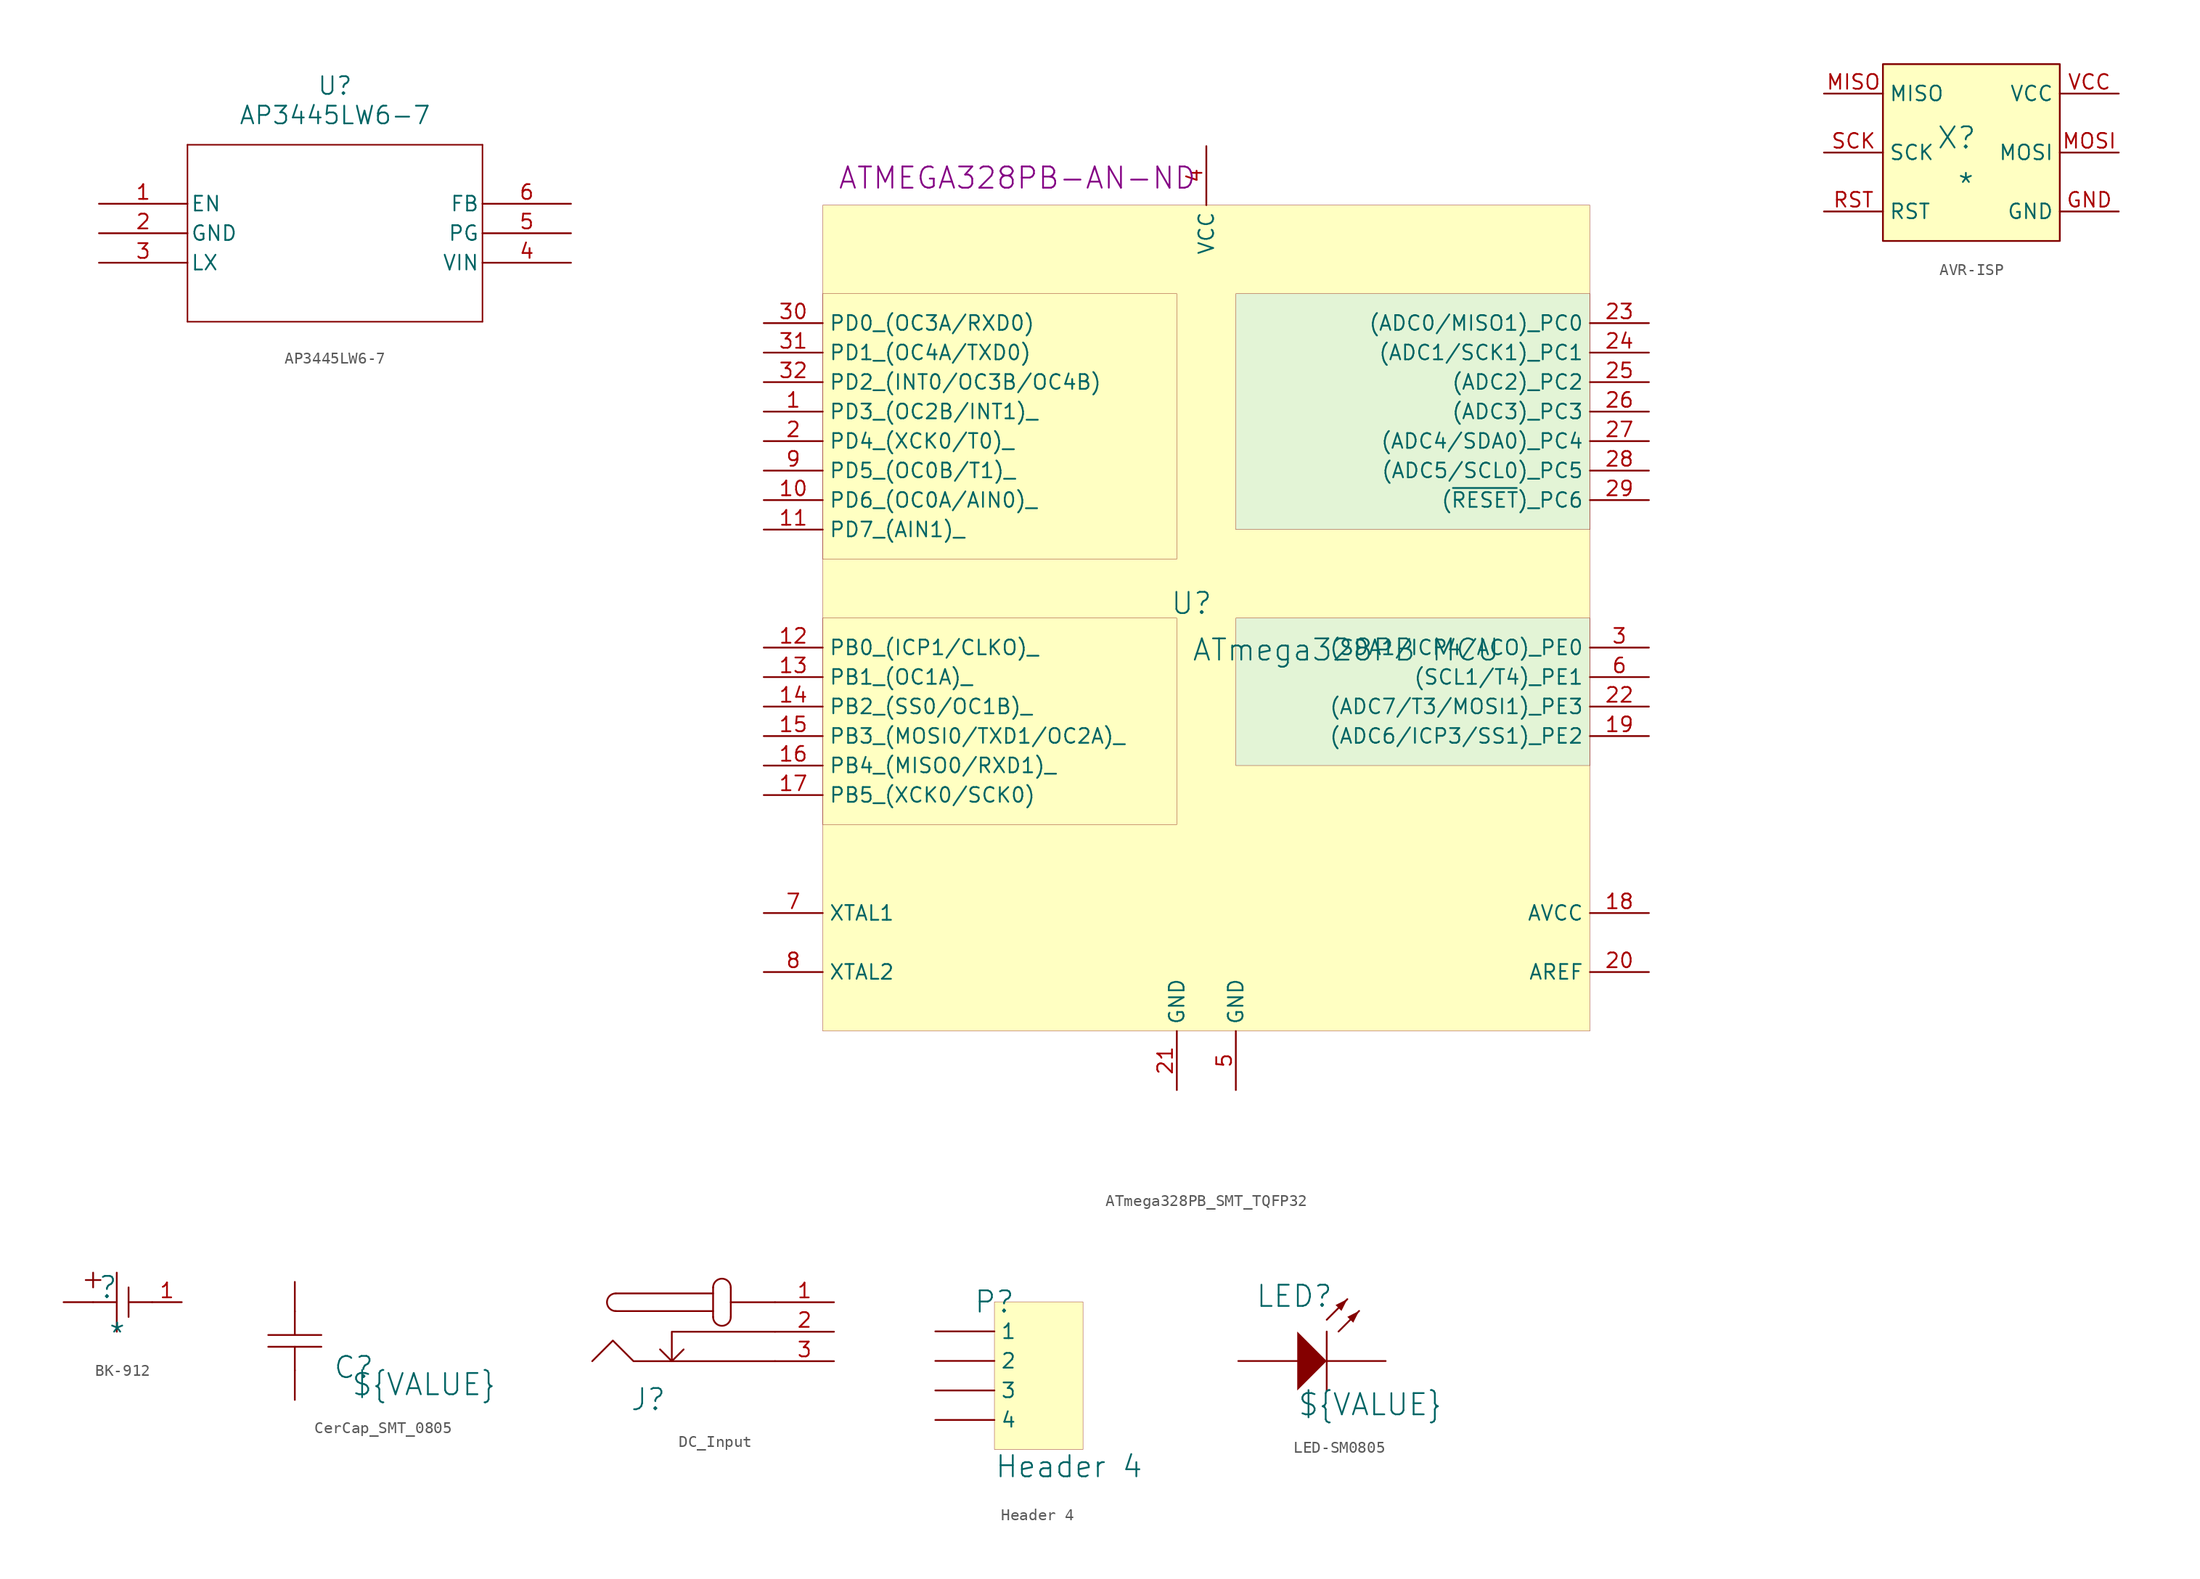
<source format=kicad_sym>
(kicad_symbol_lib
  (version 20241209)
  (generator "kicad_symbol_editor")
  (generator_version "9.0")
  (symbol "AP3445LW6-7"
    (pin_names
      (offset 0.254))
    (property "Reference" "U"
      (at 20.32 10.16 0)
      (effects (font (size 1.524 1.524))))
    (property "Value" "AP3445LW6-7"
      (at 20.32 7.62 0)
      (effects (font (size 1.524 1.524))))
    (property "ki_locked" ""
      (at 0 0 0)
      (effects (font (size 1.27 1.27))))
    (symbol "AP3445LW6-7_0_1"
      (polyline (pts (xy 7.62 5.08) (xy 7.62 -10.16)) (stroke (width 0.127) (type default)) (fill (type none)))
      (polyline (pts (xy 7.62 -10.16) (xy 33.02 -10.16)) (stroke (width 0.127) (type default)) (fill (type none)))
      (polyline (pts (xy 33.02 5.08) (xy 7.62 5.08)) (stroke (width 0.127) (type default)) (fill (type none)))
      (polyline (pts (xy 33.02 -10.16) (xy 33.02 5.08)) (stroke (width 0.127) (type default)) (fill (type none)))
      (pin input line (at 0 0 0) (length 7.62) (name "EN" (effects (font (size 1.27 1.27)))) (number "1" (effects (font (size 1.27 1.27)))))
      (pin power_out line (at 0 -2.54 0) (length 7.62) (name "GND" (effects (font (size 1.27 1.27)))) (number "2" (effects (font (size 1.27 1.27)))))
      (pin unspecified line (at 0 -5.08 0) (length 7.62) (name "LX" (effects (font (size 1.27 1.27)))) (number "3" (effects (font (size 1.27 1.27)))))
      (pin unspecified line (at 40.64 0 180) (length 7.62) (name "FB" (effects (font (size 1.27 1.27)))) (number "6" (effects (font (size 1.27 1.27)))))
      (pin output line (at 40.64 -2.54 180) (length 7.62) (name "PG" (effects (font (size 1.27 1.27)))) (number "5" (effects (font (size 1.27 1.27)))))
      (pin input line (at 40.64 -5.08 180) (length 7.62) (name "VIN" (effects (font (size 1.27 1.27)))) (number "4" (effects (font (size 1.27 1.27)))))))
  (symbol "ATmega328PB_SMT_TQFP32"
    (property "Reference" "U"
      (at -1.27 1.27 0)
      (effects (font (size 1.829 1.829))))
    (property "Value" "ATmega328PB MCU"
      (at -1.27 -3.81 0)
      (effects (font (size 1.829 1.829)) (justify left bottom)))
    (property "Supplier Part Number 1" "ATMEGA328PB-AN-ND"
      (at -31.75 36.83 0)
      (effects (font (size 1.829 1.829)) (justify left bottom)))
    (symbol "ATmega328PB_SMT_TQFP32_1_0"
      (rectangle (start -2.54 27.94) (end -33.02 5.08) (stroke (width 0.025) (type solid) (color 128 0 0 1)) (fill (type color) (color 200 235 235 0.5)))
      (rectangle (start -2.54 0) (end -33.02 -17.78) (stroke (width 0.025) (type solid) (color 128 0 0 1)) (fill (type color) (color 200 235 235 0.5)))
      (rectangle (start 33.02 35.56) (end -33.02 -35.56) (stroke (width 0.025) (type solid) (color 128 0 0 1)) (fill (type background)))
      (rectangle (start 33.02 27.94) (end 2.54 7.62) (stroke (width 0.025) (type solid) (color 128 0 0 1)) (fill (type color) (color 200 235 235 0.5)))
      (rectangle (start 33.02 0) (end 2.54 -12.7) (stroke (width 0.025) (type solid) (color 128 0 0 1)) (fill (type color) (color 200 235 235 0.5)))
      (pin passive line (at -38.1 25.4 0) (length 5.08) (name "PD0_(OC3A/RXD0)" (effects (font (size 1.27 1.27)))) (number "30" (effects (font (size 1.27 1.27)))))
      (pin passive line (at -38.1 22.86 0) (length 5.08) (name "PD1_(OC4A/TXD0)" (effects (font (size 1.27 1.27)))) (number "31" (effects (font (size 1.27 1.27)))))
      (pin passive line (at -38.1 20.32 0) (length 5.08) (name "PD2_(INT0/OC3B/OC4B)" (effects (font (size 1.27 1.27)))) (number "32" (effects (font (size 1.27 1.27)))))
      (pin passive line (at -38.1 17.78 0) (length 5.08) (name "PD3_(OC2B/INT1)_" (effects (font (size 1.27 1.27)))) (number "1" (effects (font (size 1.27 1.27)))))
      (pin passive line (at -38.1 15.24 0) (length 5.08) (name "PD4_(XCK0/T0)_" (effects (font (size 1.27 1.27)))) (number "2" (effects (font (size 1.27 1.27)))))
      (pin passive line (at -38.1 12.7 0) (length 5.08) (name "PD5_(OC0B/T1)_" (effects (font (size 1.27 1.27)))) (number "9" (effects (font (size 1.27 1.27)))))
      (pin passive line (at -38.1 10.16 0) (length 5.08) (name "PD6_(OC0A/AIN0)_" (effects (font (size 1.27 1.27)))) (number "10" (effects (font (size 1.27 1.27)))))
      (pin passive line (at -38.1 7.62 0) (length 5.08) (name "PD7_(AIN1)_" (effects (font (size 1.27 1.27)))) (number "11" (effects (font (size 1.27 1.27)))))
      (pin passive line (at -38.1 -2.54 0) (length 5.08) (name "PB0_(ICP1/CLKO)_" (effects (font (size 1.27 1.27)))) (number "12" (effects (font (size 1.27 1.27)))))
      (pin passive line (at -38.1 -5.08 0) (length 5.08) (name "PB1_(OC1A)_" (effects (font (size 1.27 1.27)))) (number "13" (effects (font (size 1.27 1.27)))))
      (pin passive line (at -38.1 -7.62 0) (length 5.08) (name "PB2_(SS0/OC1B)_" (effects (font (size 1.27 1.27)))) (number "14" (effects (font (size 1.27 1.27)))))
      (pin passive line (at -38.1 -10.16 0) (length 5.08) (name "PB3_(MOSI0/TXD1/OC2A)_" (effects (font (size 1.27 1.27)))) (number "15" (effects (font (size 1.27 1.27)))))
      (pin passive line (at -38.1 -12.7 0) (length 5.08) (name "PB4_(MISO0/RXD1)_" (effects (font (size 1.27 1.27)))) (number "16" (effects (font (size 1.27 1.27)))))
      (pin passive line (at -38.1 -15.24 0) (length 5.08) (name "PB5_(XCK0/SCK0)" (effects (font (size 1.27 1.27)))) (number "17" (effects (font (size 1.27 1.27)))))
      (pin passive line (at -38.1 -25.4 0) (length 5.08) (name "XTAL1" (effects (font (size 1.27 1.27)))) (number "7" (effects (font (size 1.27 1.27)))))
      (pin passive line (at -38.1 -30.48 0) (length 5.08) (name "XTAL2" (effects (font (size 1.27 1.27)))) (number "8" (effects (font (size 1.27 1.27)))))
      (pin passive line (at -2.54 -40.64 90) (length 5.08) (name "GND" (effects (font (size 1.27 1.27)))) (number "21" (effects (font (size 1.27 1.27)))))
      (pin passive line (at 0 40.64 270) (length 5.08) (name "VCC" (effects (font (size 1.27 1.27)))) (number "4" (effects (font (size 1.27 1.27)))))
      (pin passive line (at 2.54 -40.64 90) (length 5.08) (name "GND" (effects (font (size 1.27 1.27)))) (number "5" (effects (font (size 1.27 1.27)))))
      (pin passive line (at 38.1 25.4 180) (length 5.08) (name "(ADC0/MISO1)_PC0" (effects (font (size 1.27 1.27)))) (number "23" (effects (font (size 1.27 1.27)))))
      (pin passive line (at 38.1 22.86 180) (length 5.08) (name "(ADC1/SCK1)_PC1" (effects (font (size 1.27 1.27)))) (number "24" (effects (font (size 1.27 1.27)))))
      (pin passive line (at 38.1 20.32 180) (length 5.08) (name "(ADC2)_PC2" (effects (font (size 1.27 1.27)))) (number "25" (effects (font (size 1.27 1.27)))))
      (pin passive line (at 38.1 17.78 180) (length 5.08) (name "(ADC3)_PC3" (effects (font (size 1.27 1.27)))) (number "26" (effects (font (size 1.27 1.27)))))
      (pin passive line (at 38.1 15.24 180) (length 5.08) (name "(ADC4/SDA0)_PC4" (effects (font (size 1.27 1.27)))) (number "27" (effects (font (size 1.27 1.27)))))
      (pin passive line (at 38.1 12.7 180) (length 5.08) (name "(ADC5/SCL0)_PC5" (effects (font (size 1.27 1.27)))) (number "28" (effects (font (size 1.27 1.27)))))
      (pin passive line (at 38.1 10.16 180) (length 5.08) (name "(~{RESET})_PC6" (effects (font (size 1.27 1.27)))) (number "29" (effects (font (size 1.27 1.27)))))
      (pin passive line (at 38.1 -2.54 180) (length 5.08) (name "(SDA1/ICP4/ACO)_PE0" (effects (font (size 1.27 1.27)))) (number "3" (effects (font (size 1.27 1.27)))))
      (pin passive line (at 38.1 -5.08 180) (length 5.08) (name "(SCL1/T4)_PE1" (effects (font (size 1.27 1.27)))) (number "6" (effects (font (size 1.27 1.27)))))
      (pin passive line (at 38.1 -7.62 180) (length 5.08) (name "(ADC7/T3/MOSI1)_PE3" (effects (font (size 1.27 1.27)))) (number "22" (effects (font (size 1.27 1.27)))))
      (pin passive line (at 38.1 -10.16 180) (length 5.08) (name "(ADC6/ICP3/SS1)_PE2" (effects (font (size 1.27 1.27)))) (number "19" (effects (font (size 1.27 1.27)))))
      (pin passive line (at 38.1 -25.4 180) (length 5.08) (name "AVCC" (effects (font (size 1.27 1.27)))) (number "18" (effects (font (size 1.27 1.27)))))
      (pin passive line (at 38.1 -30.48 180) (length 5.08) (name "AREF" (effects (font (size 1.27 1.27)))) (number "20" (effects (font (size 1.27 1.27)))))))
  (symbol "AVR-ISP"
    (property "Reference" "X"
      (at -1.27 1.27 0)
      (effects (font (size 1.829 1.829))))
    (property "Value" "*"
      (at -1.27 -3.81 0)
      (effects (font (size 1.829 1.829)) (justify left bottom)))
    (symbol "AVR-ISP_1_0"
      (rectangle (start 7.62 7.62) (end -7.62 -7.62) (stroke (width 0) (type solid) (color 128 0 0 1)) (fill (type background)))
      (pin bidirectional line (at -12.7 5.08 0) (length 5.08) (name "MISO" (effects (font (size 1.27 1.27)))) (number "MISO" (effects (font (size 1.27 1.27)))))
      (pin bidirectional line (at -12.7 0 0) (length 5.08) (name "SCK" (effects (font (size 1.27 1.27)))) (number "SCK" (effects (font (size 1.27 1.27)))))
      (pin bidirectional line (at -12.7 -5.08 0) (length 5.08) (name "RST" (effects (font (size 1.27 1.27)))) (number "RST" (effects (font (size 1.27 1.27)))))
      (pin bidirectional line (at 12.7 5.08 180) (length 5.08) (name "VCC" (effects (font (size 1.27 1.27)))) (number "VCC" (effects (font (size 1.27 1.27)))))
      (pin bidirectional line (at 12.7 0 180) (length 5.08) (name "MOSI" (effects (font (size 1.27 1.27)))) (number "MOSI" (effects (font (size 1.27 1.27)))))
      (pin bidirectional line (at 12.7 -5.08 180) (length 5.08) (name "GND" (effects (font (size 1.27 1.27)))) (number "GND" (effects (font (size 1.27 1.27)))))))
  (symbol "BK-912"
    (pin_names
      (hide yes))
    (property "Reference" ""
      (at -1.27 1.27 0)
      (effects (font (size 1.829 1.829))))
    (property "Value" "*"
      (at -1.27 -3.81 0)
      (effects (font (size 1.829 1.829)) (justify left bottom)))
    (symbol "BK-912_1_0"
      (polyline (pts (xy -3.175 1.905) (xy -1.905 1.905)) (stroke (width 0) (type solid)) (fill (type none)))
      (polyline (pts (xy -2.54 2.54) (xy -2.54 1.27)) (stroke (width 0) (type solid)) (fill (type none)))
      (polyline (pts (xy -0.508 2.54) (xy -0.508 -2.54)) (stroke (width 0) (type solid)) (fill (type none)))
      (polyline (pts (xy -0.508 0) (xy -2.54 0)) (stroke (width 0) (type solid)) (fill (type none)))
      (polyline (pts (xy 0.508 1.27) (xy 0.508 -1.27)) (stroke (width 0) (type solid)) (fill (type none)))
      (polyline (pts (xy 0.508 0) (xy 2.54 0)) (stroke (width 0) (type solid)) (fill (type none)))
      (pin passive line (at -5.08 0 0) (length 2.54) (name "POS" (effects (font (size 1.27 1.27)))) (number "S1" (effects (font (size 0 0)))))
      (pin passive line (at 5.08 0 180) (length 2.54) (name "NEG" (effects (font (size 1.27 1.27)))) (number "1" (effects (font (size 1.27 1.27)))))))
  (symbol "CerCap_SMT_0805"
    (pin_numbers
      (hide yes))
    (pin_names
      (hide yes))
    (property "Reference" "C"
      (at 5.08 -2.286 0)
      (effects (font (size 1.829 1.829))))
    (property "Value" "${VALUE}"
      (at 4.826 -4.826 0)
      (effects (font (size 1.829 1.829)) (justify left bottom)))
    (symbol "CerCap_SMT_0805_1_0"
      (polyline (pts (xy -2.286 0.508) (xy 2.286 0.508)) (stroke (width 0) (type solid)) (fill (type none)))
      (polyline (pts (xy -2.286 -0.508) (xy 2.286 -0.508)) (stroke (width 0) (type solid)) (fill (type none)))
      (polyline (pts (xy 0 2.54) (xy 0 0.508)) (stroke (width 0) (type solid)) (fill (type none)))
      (polyline (pts (xy 0 -2.54) (xy 0 -0.508)) (stroke (width 0) (type solid)) (fill (type none)))
      (pin passive line (at 0 5.08 270) (length 2.54) (name "1" (effects (font (size 1.27 1.27)))) (number "1" (effects (font (size 1.27 1.27)))))
      (pin passive line (at 0 -5.08 90) (length 2.54) (name "2" (effects (font (size 1.27 1.27)))) (number "2" (effects (font (size 1.27 1.27)))))))
  (symbol "DC_Input"
    (pin_names
      (hide yes))
    (property "Reference" "J"
      (at -10.922 -5.842 0)
      (effects (font (size 1.829 1.829))))
    (symbol "DC_Input_1_0"
      (arc (start -13.716 1.778) (mid -14.478 2.54) (end -13.716 3.302) (stroke (width 0) (type solid)) (fill (type none)))
      (polyline (pts (xy -8.89 -2.54) (xy -9.906 -1.524)) (stroke (width 0) (type solid)) (fill (type none)))
      (polyline (pts (xy -5.334 3.81) (xy -5.334 1.27)) (stroke (width 0) (type solid)) (fill (type none)))
      (polyline (pts (xy -5.334 3.302) (xy -13.716 3.302)) (stroke (width 0) (type solid)) (fill (type none)))
      (polyline (pts (xy -5.334 1.778) (xy -13.716 1.778)) (stroke (width 0) (type solid)) (fill (type none)))
      (arc (start -5.334 3.81) (mid -4.572 4.572) (end -3.81 3.81) (stroke (width 0) (type solid)) (fill (type none)))
      (arc (start -3.81 1.27) (mid -4.572 0.508) (end -5.334 1.27) (stroke (width 0) (type solid)) (fill (type none)))
      (polyline (pts (xy -3.81 3.81) (xy -3.81 1.27)) (stroke (width 0) (type solid)) (fill (type none)))
      (polyline (pts (xy 0 2.54) (xy -3.81 2.54)) (stroke (width 0) (type solid)) (fill (type none)))
      (polyline (pts (xy 0 0) (xy -8.89 0) (xy -8.89 -2.54) (xy -7.874 -1.524)) (stroke (width 0) (type solid)) (fill (type none)))
      (polyline (pts (xy 0 -2.54) (xy -12.192 -2.54) (xy -13.97 -0.762) (xy -15.748 -2.54)) (stroke (width 0) (type solid)) (fill (type none)))
      (pin power_in line (at 5.08 2.54 180) (length 5.08) (name "VCC" (effects (font (size 1.27 1.27)))) (number "1" (effects (font (size 1.27 1.27)))))
      (pin power_in line (at 5.08 0 180) (length 5.08) (name "GND_ALT" (effects (font (size 1.27 1.27)))) (number "2" (effects (font (size 1.27 1.27)))))
      (pin power_in line (at 5.08 -2.54 180) (length 5.08) (name "GND" (effects (font (size 1.27 1.27)))) (number "3" (effects (font (size 1.27 1.27)))))))
  (symbol "Header 4"
    (pin_numbers
      (hide yes))
    (property "Reference" "P"
      (at 0 0 0)
      (effects (font (size 1.829 1.829))))
    (property "Value" "Header 4"
      (at 0 -15.24 0)
      (effects (font (size 1.829 1.829)) (justify left bottom)))
    (symbol "Header 4_1_0"
      (rectangle (start 7.62 0) (end 0 -12.7) (stroke (width 0.025) (type solid) (color 128 0 0 1)) (fill (type background)))
      (pin passive line (at -5.08 -2.54 0) (length 5.08) (name "1" (effects (font (size 1.27 1.27)))) (number "1" (effects (font (size 1.27 1.27)))))
      (pin passive line (at -5.08 -5.08 0) (length 5.08) (name "2" (effects (font (size 1.27 1.27)))) (number "2" (effects (font (size 1.27 1.27)))))
      (pin passive line (at -5.08 -7.62 0) (length 5.08) (name "3" (effects (font (size 1.27 1.27)))) (number "3" (effects (font (size 1.27 1.27)))))
      (pin passive line (at -5.08 -10.16 0) (length 5.08) (name "4" (effects (font (size 1.27 1.27)))) (number "4" (effects (font (size 1.27 1.27)))))))
  (symbol "LED-SM0805"
    (pin_numbers
      (hide yes))
    (pin_names
      (hide yes))
    (property "Reference" "LED"
      (at -0.254 3.048 0)
      (effects (font (size 1.829 1.829))))
    (property "Value" "${VALUE}"
      (at 0 -7.366 0)
      (effects (font (size 1.829 1.829)) (justify left bottom)))
    (symbol "LED-SM0805_1_0"
      (polyline (pts (xy 0 -5.08) (xy 2.54 -2.54) (xy 0 0) (xy 0 -5.08)) (stroke (width -0.0001) (type solid)) (fill (type outline)))
      (polyline (pts (xy 2.54 1.016) (xy 4.318 2.794)) (stroke (width 0) (type solid)) (fill (type none)))
      (polyline (pts (xy 2.54 0) (xy 2.54 -5.08)) (stroke (width 0) (type solid)) (fill (type none)))
      (polyline (pts (xy 3.556 0) (xy 5.334 1.778)) (stroke (width 0) (type solid)) (fill (type none)))
      (polyline (pts (xy 4.318 2.794) (xy 3.302 2.286) (xy 3.81 1.778) (xy 4.318 2.794)) (stroke (width -0.0001) (type solid)) (fill (type outline)))
      (polyline (pts (xy 5.334 1.778) (xy 4.318 1.27) (xy 4.826 0.762) (xy 5.334 1.778)) (stroke (width -0.0001) (type solid)) (fill (type outline)))
      (pin passive line (at -5.08 -2.54 0) (length 5.08) (name "A" (effects (font (size 1.27 1.27)))) (number "1" (effects (font (size 1.27 1.27)))))
      (pin passive line (at 7.62 -2.54 180) (length 5.08) (name "K" (effects (font (size 1.27 1.27)))) (number "2" (effects (font (size 1.27 1.27))))))))
</source>
